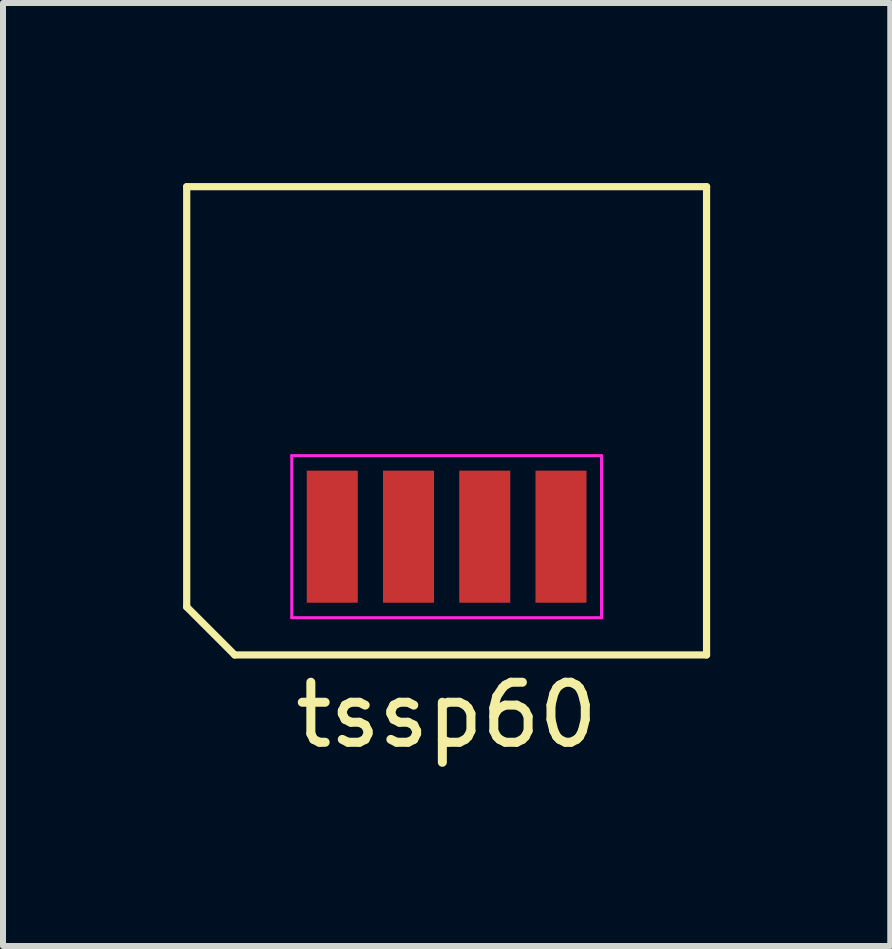
<source format=kicad_pcb>
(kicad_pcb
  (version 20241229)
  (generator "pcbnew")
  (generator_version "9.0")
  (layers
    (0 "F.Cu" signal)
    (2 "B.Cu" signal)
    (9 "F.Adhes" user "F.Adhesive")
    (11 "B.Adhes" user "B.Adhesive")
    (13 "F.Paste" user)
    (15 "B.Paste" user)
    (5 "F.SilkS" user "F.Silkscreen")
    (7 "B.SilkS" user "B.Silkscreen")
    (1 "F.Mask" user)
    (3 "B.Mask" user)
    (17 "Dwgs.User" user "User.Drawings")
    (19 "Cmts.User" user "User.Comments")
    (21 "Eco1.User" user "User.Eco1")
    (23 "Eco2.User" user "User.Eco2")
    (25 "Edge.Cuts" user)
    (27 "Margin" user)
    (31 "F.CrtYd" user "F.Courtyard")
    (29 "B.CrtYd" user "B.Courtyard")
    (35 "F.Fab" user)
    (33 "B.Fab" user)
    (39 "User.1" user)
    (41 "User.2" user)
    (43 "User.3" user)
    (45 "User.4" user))
  (footprint "tssp60"
    (layer "F.Cu")
    (at 4.39 5.89)
    (property "Reference" "tssp60" (at 0 2.97 0) (layer "F.SilkS") (effects (font (size 1 1) (thickness 0.15))))
    (attr smd)
    (fp_line (start -4.33 -5.83) (end 4.33 -5.83) (stroke (width 0.12) (type default)) (layer "F.SilkS"))
    (fp_line (start -4.33 1.17) (end -4.33 -5.83) (stroke (width 0.12) (type default)) (layer "F.SilkS"))
    (fp_line (start -3.53 1.97) (end -4.33 1.17) (stroke (width 0.12) (type default)) (layer "F.SilkS"))
    (fp_line (start 4.33 -5.83) (end 4.33 1.97) (stroke (width 0.12) (type default)) (layer "F.SilkS"))
    (fp_line (start 4.33 1.97) (end -3.53 1.97) (stroke (width 0.12) (type default)) (layer "F.SilkS"))
    (fp_line (start -2.58 -1.35) (end 2.58 -1.35) (stroke (width 0.05) (type default)) (layer "F.CrtYd"))
    (fp_line (start -2.58 1.35) (end -2.58 -1.35) (stroke (width 0.05) (type default)) (layer "F.CrtYd"))
    (fp_line (start 2.58 -1.35) (end 2.58 1.35) (stroke (width 0.05) (type default)) (layer "F.CrtYd"))
    (fp_line (start 2.58 1.35) (end -2.58 1.35) (stroke (width 0.05) (type default)) (layer "F.CrtYd"))
    (pad "1" smd rect (at -1.905 0) (size 0.85 2.2) (layers "F.Cu" "F.Mask" "F.Paste"))
    (pad "2" smd rect (at -0.635 0) (size 0.85 2.2) (layers "F.Cu" "F.Mask" "F.Paste"))
    (pad "3" smd rect (at 0.635 0) (size 0.85 2.2) (layers "F.Cu" "F.Mask" "F.Paste"))
    (pad "4" smd rect (at 1.905 0) (size 0.85 2.2) (layers "F.Cu" "F.Mask" "F.Paste")))
  (gr_rect
    (start -3 -3)
    (end 11.78 12.708)
    (stroke (width 0.1) (type default))
    (fill no)
    (layer "Edge.Cuts")))
</source>
